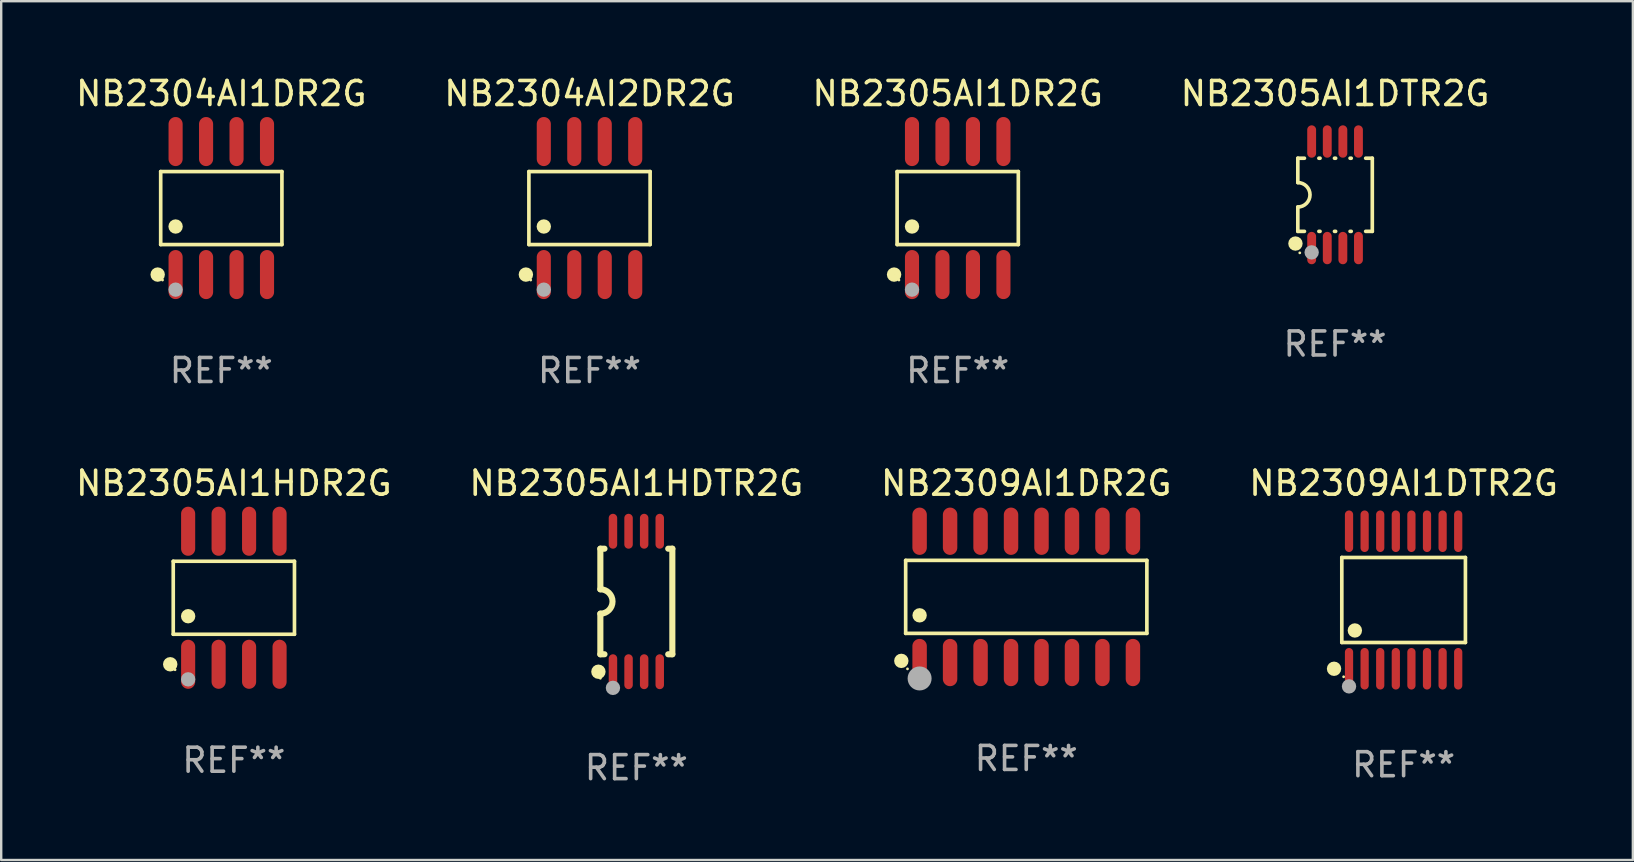
<source format=kicad_pcb>
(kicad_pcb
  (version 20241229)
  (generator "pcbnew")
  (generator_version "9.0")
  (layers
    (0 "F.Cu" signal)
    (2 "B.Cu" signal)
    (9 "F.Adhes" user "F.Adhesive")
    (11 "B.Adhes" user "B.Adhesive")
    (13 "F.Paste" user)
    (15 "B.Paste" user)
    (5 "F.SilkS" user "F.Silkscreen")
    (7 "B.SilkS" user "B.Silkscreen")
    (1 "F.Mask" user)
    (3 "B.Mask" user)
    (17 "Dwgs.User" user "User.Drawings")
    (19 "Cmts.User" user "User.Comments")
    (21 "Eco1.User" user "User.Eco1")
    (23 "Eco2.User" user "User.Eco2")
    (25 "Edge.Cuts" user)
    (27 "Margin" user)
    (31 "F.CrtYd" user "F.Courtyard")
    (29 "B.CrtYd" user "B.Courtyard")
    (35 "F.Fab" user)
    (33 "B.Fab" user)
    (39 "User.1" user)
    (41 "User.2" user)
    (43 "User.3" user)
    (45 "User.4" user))
  (footprint "NB2309AI1DR2G"
    (layer "F.Cu")
    (at 39.72 21.825)
    (property "Reference" "NB2309AI1DR2G" (at 0 -4.736 0) (layer "F.SilkS") (effects (font (size 1 1) (thickness 0.15))))
    (attr through_hole)
    (fp_line (start -5.026 -1.521) (end 5.026 -1.521) (stroke (width 0.152) (type solid)) (layer "F.SilkS"))
    (fp_line (start -5.026 1.521) (end -5.026 -1.521) (stroke (width 0.152) (type solid)) (layer "F.SilkS"))
    (fp_line (start 5.026 -1.521) (end 5.026 1.521) (stroke (width 0.152) (type solid)) (layer "F.SilkS"))
    (fp_line (start 5.026 1.521) (end -5.026 1.521) (stroke (width 0.152) (type solid)) (layer "F.SilkS"))
    (fp_circle (center -5.207 2.667) (end -5.057 2.667) (stroke (width 0.3) (type solid)) (fill no) (layer "F.SilkS"))
    (fp_circle (center -4.95 3) (end -4.92 3) (stroke (width 0.06) (type solid)) (fill no) (layer "F.SilkS"))
    (fp_circle (center -4.445 0.769) (end -4.295 0.769) (stroke (width 0.3) (type solid)) (fill no) (layer "F.SilkS"))
    (fp_circle (center -4.445 3.4) (end -4.195 3.4) (stroke (width 0.5) (type solid)) (fill no) (layer "F.Fab"))
    (fp_text user "REF**" (at 0 6.736 0) (layer "F.Fab") (effects (font (size 1 1) (thickness 0.15))))
    (pad "1" smd oval (at -4.445 2.736) (size 0.602 1.971) (layers "F.Cu" "F.Mask" "F.Paste"))
    (pad "2" smd oval (at -3.175 2.736) (size 0.602 1.971) (layers "F.Cu" "F.Mask" "F.Paste"))
    (pad "3" smd oval (at -1.905 2.736) (size 0.602 1.971) (layers "F.Cu" "F.Mask" "F.Paste"))
    (pad "4" smd oval (at -0.635 2.736) (size 0.602 1.971) (layers "F.Cu" "F.Mask" "F.Paste"))
    (pad "5" smd oval (at 0.635 2.736) (size 0.602 1.971) (layers "F.Cu" "F.Mask" "F.Paste"))
    (pad "6" smd oval (at 1.905 2.736) (size 0.602 1.971) (layers "F.Cu" "F.Mask" "F.Paste"))
    (pad "7" smd oval (at 3.175 2.736) (size 0.602 1.971) (layers "F.Cu" "F.Mask" "F.Paste"))
    (pad "8" smd oval (at 4.445 2.736) (size 0.602 1.971) (layers "F.Cu" "F.Mask" "F.Paste"))
    (pad "9" smd oval (at 4.445 -2.736) (size 0.602 1.971) (layers "F.Cu" "F.Mask" "F.Paste"))
    (pad "10" smd oval (at 3.175 -2.736) (size 0.602 1.971) (layers "F.Cu" "F.Mask" "F.Paste"))
    (pad "11" smd oval (at 1.905 -2.736) (size 0.602 1.971) (layers "F.Cu" "F.Mask" "F.Paste"))
    (pad "12" smd oval (at 0.635 -2.736) (size 0.602 1.971) (layers "F.Cu" "F.Mask" "F.Paste"))
    (pad "13" smd oval (at -0.635 -2.736) (size 0.602 1.971) (layers "F.Cu" "F.Mask" "F.Paste"))
    (pad "14" smd oval (at -1.905 -2.736) (size 0.602 1.971) (layers "F.Cu" "F.Mask" "F.Paste"))
    (pad "15" smd oval (at -3.175 -2.736) (size 0.602 1.971) (layers "F.Cu" "F.Mask" "F.Paste"))
    (pad "16" smd oval (at -4.445 -2.736) (size 0.602 1.971) (layers "F.Cu" "F.Mask" "F.Paste")))
  (footprint "NB2305AI1HDTR2G"
    (layer "F.Cu")
    (at 23.47 22.017)
    (property "Reference" "NB2305AI1HDTR2G" (at 0 -4.927 0) (layer "F.SilkS") (effects (font (size 1 1) (thickness 0.15))))
    (attr through_hole)
    (fp_line (start -1.5 -2.2) (end -1.5 -0.508) (stroke (width 0.254) (type solid)) (layer "F.SilkS"))
    (fp_line (start -1.5 -2.2) (end -1.328 -2.2) (stroke (width 0.254) (type solid)) (layer "F.SilkS"))
    (fp_line (start -1.5 2.2) (end -1.5 0.508) (stroke (width 0.254) (type solid)) (layer "F.SilkS"))
    (fp_line (start -1.5 2.2) (end -1.328 2.2) (stroke (width 0.254) (type solid)) (layer "F.SilkS"))
    (fp_line (start 1.328 -2.2) (end 1.5 -2.2) (stroke (width 0.254) (type solid)) (layer "F.SilkS"))
    (fp_line (start 1.328 2.2) (end 1.5 2.2) (stroke (width 0.254) (type solid)) (layer "F.SilkS"))
    (fp_line (start 1.5 -2.2) (end 1.5 2.2) (stroke (width 0.254) (type solid)) (layer "F.SilkS"))
    (fp_arc (start -1.501144 -0.508) (mid -0.993143 -0.000571) (end -1.5 0.508001) (stroke (width 0.254001) (type solid)) (layer "F.SilkS"))
    (fp_circle (center -1.581 2.927) (end -1.431 2.927) (stroke (width 0.3) (type solid)) (fill no) (layer "F.SilkS"))
    (fp_circle (center -1.5 3.2) (end -1.47 3.2) (stroke (width 0.06) (type solid)) (fill no) (layer "F.SilkS"))
    (fp_circle (center -0.975 3.6) (end -0.825 3.6) (stroke (width 0.3) (type solid)) (fill no) (layer "F.Fab"))
    (fp_text user "REF**" (at 0 6.927 0) (layer "F.Fab") (effects (font (size 1 1) (thickness 0.15))))
    (pad "1" smd oval (at -0.975 2.927) (size 0.353 1.454) (layers "F.Cu" "F.Mask" "F.Paste"))
    (pad "2" smd oval (at -0.325 2.927) (size 0.353 1.454) (layers "F.Cu" "F.Mask" "F.Paste"))
    (pad "3" smd oval (at 0.325 2.927) (size 0.353 1.454) (layers "F.Cu" "F.Mask" "F.Paste"))
    (pad "4" smd oval (at 0.975 2.927) (size 0.353 1.454) (layers "F.Cu" "F.Mask" "F.Paste"))
    (pad "5" smd oval (at 0.975 -2.927) (size 0.353 1.454) (layers "F.Cu" "F.Mask" "F.Paste"))
    (pad "6" smd oval (at 0.325 -2.927) (size 0.353 1.454) (layers "F.Cu" "F.Mask" "F.Paste"))
    (pad "7" smd oval (at -0.325 -2.927) (size 0.353 1.454) (layers "F.Cu" "F.Mask" "F.Paste"))
    (pad "8" smd oval (at -0.975 -2.927) (size 0.353 1.454) (layers "F.Cu" "F.Mask" "F.Paste")))
  (footprint "NB2305AI1DR2G"
    (layer "F.Cu")
    (at 36.863 5.621)
    (property "Reference" "NB2305AI1DR2G" (at 0 -4.772 0) (layer "F.SilkS") (effects (font (size 1 1) (thickness 0.15))))
    (attr through_hole)
    (fp_line (start -2.526 -1.521) (end 2.526 -1.521) (stroke (width 0.152) (type solid)) (layer "F.SilkS"))
    (fp_line (start -2.526 1.521) (end -2.526 -1.521) (stroke (width 0.152) (type solid)) (layer "F.SilkS"))
    (fp_line (start 2.526 -1.521) (end 2.526 1.521) (stroke (width 0.152) (type solid)) (layer "F.SilkS"))
    (fp_line (start 2.526 1.521) (end -2.526 1.521) (stroke (width 0.152) (type solid)) (layer "F.SilkS"))
    (fp_circle (center -2.652 2.772) (end -2.501 2.772) (stroke (width 0.3) (type solid)) (fill no) (layer "F.SilkS"))
    (fp_circle (center -2.45 3) (end -2.42 3) (stroke (width 0.06) (type solid)) (fill no) (layer "F.SilkS"))
    (fp_circle (center -1.905 0.769) (end -1.755 0.769) (stroke (width 0.3) (type solid)) (fill no) (layer "F.SilkS"))
    (fp_circle (center -1.905 3.4) (end -1.755 3.4) (stroke (width 0.3) (type solid)) (fill no) (layer "F.Fab"))
    (fp_text user "REF**" (at 0 6.772 0) (layer "F.Fab") (effects (font (size 1 1) (thickness 0.15))))
    (pad "1" smd oval (at -1.905 2.772) (size 0.588 2.045) (layers "F.Cu" "F.Mask" "F.Paste"))
    (pad "2" smd oval (at -0.635 2.772) (size 0.588 2.045) (layers "F.Cu" "F.Mask" "F.Paste"))
    (pad "3" smd oval (at 0.635 2.772) (size 0.588 2.045) (layers "F.Cu" "F.Mask" "F.Paste"))
    (pad "4" smd oval (at 1.905 2.772) (size 0.588 2.045) (layers "F.Cu" "F.Mask" "F.Paste"))
    (pad "5" smd oval (at 1.905 -2.772) (size 0.588 2.045) (layers "F.Cu" "F.Mask" "F.Paste"))
    (pad "6" smd oval (at 0.635 -2.772) (size 0.588 2.045) (layers "F.Cu" "F.Mask" "F.Paste"))
    (pad "7" smd oval (at -0.635 -2.772) (size 0.588 2.045) (layers "F.Cu" "F.Mask" "F.Paste"))
    (pad "8" smd oval (at -1.905 -2.772) (size 0.588 2.045) (layers "F.Cu" "F.Mask" "F.Paste")))
  (footprint "NB2309AI1DTR2G"
    (layer "F.Cu")
    (at 55.446 21.955)
    (property "Reference" "NB2309AI1DTR2G" (at 0 -4.866 0) (layer "F.SilkS") (effects (font (size 1 1) (thickness 0.15))))
    (attr through_hole)
    (fp_line (start -2.576 -1.772) (end 2.576 -1.772) (stroke (width 0.152) (type solid)) (layer "F.SilkS"))
    (fp_line (start -2.576 1.771) (end -2.576 -1.772) (stroke (width 0.152) (type solid)) (layer "F.SilkS"))
    (fp_line (start 2.576 -1.772) (end 2.576 1.771) (stroke (width 0.152) (type solid)) (layer "F.SilkS"))
    (fp_line (start 2.576 1.771) (end -2.576 1.771) (stroke (width 0.152) (type solid)) (layer "F.SilkS"))
    (fp_circle (center -2.899 2.866) (end -2.749 2.866) (stroke (width 0.3) (type solid)) (fill no) (layer "F.SilkS"))
    (fp_circle (center -2.5 3.2) (end -2.47 3.2) (stroke (width 0.06) (type solid)) (fill no) (layer "F.SilkS"))
    (fp_circle (center -2.032 1.27) (end -1.882 1.27) (stroke (width 0.3) (type solid)) (fill no) (layer "F.SilkS"))
    (fp_circle (center -2.275 3.6) (end -2.125 3.6) (stroke (width 0.3) (type solid)) (fill no) (layer "F.Fab"))
    (fp_text user "REF**" (at 0 6.866 0) (layer "F.Fab") (effects (font (size 1 1) (thickness 0.15))))
    (pad "1" smd oval (at -2.275 2.866) (size 0.343 1.731) (layers "F.Cu" "F.Mask" "F.Paste"))
    (pad "2" smd oval (at -1.625 2.866) (size 0.343 1.731) (layers "F.Cu" "F.Mask" "F.Paste"))
    (pad "3" smd oval (at -0.975 2.866) (size 0.343 1.731) (layers "F.Cu" "F.Mask" "F.Paste"))
    (pad "4" smd oval (at -0.325 2.866) (size 0.343 1.731) (layers "F.Cu" "F.Mask" "F.Paste"))
    (pad "5" smd oval (at 0.325 2.866) (size 0.343 1.731) (layers "F.Cu" "F.Mask" "F.Paste"))
    (pad "6" smd oval (at 0.975 2.866) (size 0.343 1.731) (layers "F.Cu" "F.Mask" "F.Paste"))
    (pad "7" smd oval (at 1.625 2.866) (size 0.343 1.731) (layers "F.Cu" "F.Mask" "F.Paste"))
    (pad "8" smd oval (at 2.275 2.866) (size 0.343 1.731) (layers "F.Cu" "F.Mask" "F.Paste"))
    (pad "9" smd oval (at 2.275 -2.866) (size 0.343 1.731) (layers "F.Cu" "F.Mask" "F.Paste"))
    (pad "10" smd oval (at 1.625 -2.866) (size 0.343 1.731) (layers "F.Cu" "F.Mask" "F.Paste"))
    (pad "11" smd oval (at 0.975 -2.866) (size 0.343 1.731) (layers "F.Cu" "F.Mask" "F.Paste"))
    (pad "12" smd oval (at 0.325 -2.866) (size 0.343 1.731) (layers "F.Cu" "F.Mask" "F.Paste"))
    (pad "13" smd oval (at -0.325 -2.866) (size 0.343 1.731) (layers "F.Cu" "F.Mask" "F.Paste"))
    (pad "14" smd oval (at -0.975 -2.866) (size 0.343 1.731) (layers "F.Cu" "F.Mask" "F.Paste"))
    (pad "15" smd oval (at -1.625 -2.866) (size 0.343 1.731) (layers "F.Cu" "F.Mask" "F.Paste"))
    (pad "16" smd oval (at -2.275 -2.866) (size 0.343 1.731) (layers "F.Cu" "F.Mask" "F.Paste")))
  (footprint "NB2305AI1DTR2G"
    (layer "F.Cu")
    (at 52.589 5.068)
    (property "Reference" "NB2305AI1DTR2G" (at 0 -4.22 0) (layer "F.SilkS") (effects (font (size 1 1) (thickness 0.15))))
    (attr through_hole)
    (fp_line (start -1.552 -1.524) (end -1.276 -1.524) (stroke (width 0.152) (type solid)) (layer "F.SilkS"))
    (fp_line (start -1.552 -0.508) (end -1.552 -1.524) (stroke (width 0.152) (type solid)) (layer "F.SilkS"))
    (fp_line (start -1.552 1.524) (end -1.552 0.508) (stroke (width 0.152) (type solid)) (layer "F.SilkS"))
    (fp_line (start -1.552 1.524) (end -1.276 1.524) (stroke (width 0.152) (type solid)) (layer "F.SilkS"))
    (fp_line (start -0.674 -1.524) (end -0.626 -1.524) (stroke (width 0.152) (type solid)) (layer "F.SilkS"))
    (fp_line (start -0.674 1.524) (end -0.626 1.524) (stroke (width 0.152) (type solid)) (layer "F.SilkS"))
    (fp_line (start -0.024 -1.524) (end 0.024 -1.524) (stroke (width 0.152) (type solid)) (layer "F.SilkS"))
    (fp_line (start -0.024 1.524) (end 0.024 1.524) (stroke (width 0.152) (type solid)) (layer "F.SilkS"))
    (fp_line (start 0.626 -1.524) (end 0.674 -1.524) (stroke (width 0.152) (type solid)) (layer "F.SilkS"))
    (fp_line (start 0.626 1.524) (end 0.674 1.524) (stroke (width 0.152) (type solid)) (layer "F.SilkS"))
    (fp_line (start 1.276 1.524) (end 1.552 1.524) (stroke (width 0.152) (type solid)) (layer "F.SilkS"))
    (fp_line (start 1.276 -1.524) (end 1.552 -1.524) (stroke (width 0.152) (type solid)) (layer "F.SilkS"))
    (fp_line (start 1.552 -1.524) (end 1.552 1.524) (stroke (width 0.152) (type solid)) (layer "F.SilkS"))
    (fp_arc (start -1.551943 -0.508001) (mid -1.043942 0) (end -1.551943 0.508001) (stroke (width 0.151994) (type solid)) (layer "F.SilkS"))
    (fp_circle (center -1.651 2.032) (end -1.501 2.032) (stroke (width 0.3) (type solid)) (fill no) (layer "F.SilkS"))
    (fp_circle (center -1.47 2.42) (end -1.44 2.42) (stroke (width 0.06) (type solid)) (fill no) (layer "F.SilkS"))
    (fp_circle (center -0.975 2.4) (end -0.825 2.4) (stroke (width 0.3) (type solid)) (fill no) (layer "F.Fab"))
    (fp_text user "REF**" (at 0 6.22 0) (layer "F.Fab") (effects (font (size 1 1) (thickness 0.15))))
    (pad "1" smd oval (at -0.975 2.22) (size 0.37 1.35) (layers "F.Cu" "F.Mask" "F.Paste"))
    (pad "2" smd oval (at -0.325 2.22) (size 0.37 1.35) (layers "F.Cu" "F.Mask" "F.Paste"))
    (pad "3" smd oval (at 0.325 2.22) (size 0.37 1.35) (layers "F.Cu" "F.Mask" "F.Paste"))
    (pad "4" smd oval (at 0.975 2.22) (size 0.37 1.35) (layers "F.Cu" "F.Mask" "F.Paste"))
    (pad "5" smd oval (at 0.975 -2.22) (size 0.37 1.35) (layers "F.Cu" "F.Mask" "F.Paste"))
    (pad "6" smd oval (at 0.325 -2.22) (size 0.37 1.35) (layers "F.Cu" "F.Mask" "F.Paste"))
    (pad "7" smd oval (at -0.325 -2.22) (size 0.37 1.35) (layers "F.Cu" "F.Mask" "F.Paste"))
    (pad "8" smd oval (at -0.975 -2.22) (size 0.37 1.35) (layers "F.Cu" "F.Mask" "F.Paste")))
  (footprint "NB2305AI1HDR2G"
    (layer "F.Cu")
    (at 6.696 21.862)
    (property "Reference" "NB2305AI1HDR2G" (at 0 -4.772 0) (layer "F.SilkS") (effects (font (size 1 1) (thickness 0.15))))
    (attr through_hole)
    (fp_line (start -2.526 -1.521) (end 2.526 -1.521) (stroke (width 0.152) (type solid)) (layer "F.SilkS"))
    (fp_line (start -2.526 1.521) (end -2.526 -1.521) (stroke (width 0.152) (type solid)) (layer "F.SilkS"))
    (fp_line (start 2.526 -1.521) (end 2.526 1.521) (stroke (width 0.152) (type solid)) (layer "F.SilkS"))
    (fp_line (start 2.526 1.521) (end -2.526 1.521) (stroke (width 0.152) (type solid)) (layer "F.SilkS"))
    (fp_circle (center -2.652 2.772) (end -2.501 2.772) (stroke (width 0.3) (type solid)) (fill no) (layer "F.SilkS"))
    (fp_circle (center -2.45 3) (end -2.42 3) (stroke (width 0.06) (type solid)) (fill no) (layer "F.SilkS"))
    (fp_circle (center -1.905 0.769) (end -1.755 0.769) (stroke (width 0.3) (type solid)) (fill no) (layer "F.SilkS"))
    (fp_circle (center -1.905 3.4) (end -1.755 3.4) (stroke (width 0.3) (type solid)) (fill no) (layer "F.Fab"))
    (fp_text user "REF**" (at 0 6.772 0) (layer "F.Fab") (effects (font (size 1 1) (thickness 0.15))))
    (pad "1" smd oval (at -1.905 2.772) (size 0.588 2.045) (layers "F.Cu" "F.Mask" "F.Paste"))
    (pad "2" smd oval (at -0.635 2.772) (size 0.588 2.045) (layers "F.Cu" "F.Mask" "F.Paste"))
    (pad "3" smd oval (at 0.635 2.772) (size 0.588 2.045) (layers "F.Cu" "F.Mask" "F.Paste"))
    (pad "4" smd oval (at 1.905 2.772) (size 0.588 2.045) (layers "F.Cu" "F.Mask" "F.Paste"))
    (pad "5" smd oval (at 1.905 -2.772) (size 0.588 2.045) (layers "F.Cu" "F.Mask" "F.Paste"))
    (pad "6" smd oval (at 0.635 -2.772) (size 0.588 2.045) (layers "F.Cu" "F.Mask" "F.Paste"))
    (pad "7" smd oval (at -0.635 -2.772) (size 0.588 2.045) (layers "F.Cu" "F.Mask" "F.Paste"))
    (pad "8" smd oval (at -1.905 -2.772) (size 0.588 2.045) (layers "F.Cu" "F.Mask" "F.Paste")))
  (footprint "NB2304AI2DR2G"
    (layer "F.Cu")
    (at 21.518 5.621)
    (property "Reference" "NB2304AI2DR2G" (at 0 -4.772 0) (layer "F.SilkS") (effects (font (size 1 1) (thickness 0.15))))
    (attr through_hole)
    (fp_line (start -2.526 -1.521) (end 2.526 -1.521) (stroke (width 0.152) (type solid)) (layer "F.SilkS"))
    (fp_line (start -2.526 1.521) (end -2.526 -1.521) (stroke (width 0.152) (type solid)) (layer "F.SilkS"))
    (fp_line (start 2.526 -1.521) (end 2.526 1.521) (stroke (width 0.152) (type solid)) (layer "F.SilkS"))
    (fp_line (start 2.526 1.521) (end -2.526 1.521) (stroke (width 0.152) (type solid)) (layer "F.SilkS"))
    (fp_circle (center -2.652 2.772) (end -2.501 2.772) (stroke (width 0.3) (type solid)) (fill no) (layer "F.SilkS"))
    (fp_circle (center -2.45 3) (end -2.42 3) (stroke (width 0.06) (type solid)) (fill no) (layer "F.SilkS"))
    (fp_circle (center -1.905 0.769) (end -1.755 0.769) (stroke (width 0.3) (type solid)) (fill no) (layer "F.SilkS"))
    (fp_circle (center -1.905 3.4) (end -1.755 3.4) (stroke (width 0.3) (type solid)) (fill no) (layer "F.Fab"))
    (fp_text user "REF**" (at 0 6.772 0) (layer "F.Fab") (effects (font (size 1 1) (thickness 0.15))))
    (pad "1" smd oval (at -1.905 2.772) (size 0.588 2.045) (layers "F.Cu" "F.Mask" "F.Paste"))
    (pad "2" smd oval (at -0.635 2.772) (size 0.588 2.045) (layers "F.Cu" "F.Mask" "F.Paste"))
    (pad "3" smd oval (at 0.635 2.772) (size 0.588 2.045) (layers "F.Cu" "F.Mask" "F.Paste"))
    (pad "4" smd oval (at 1.905 2.772) (size 0.588 2.045) (layers "F.Cu" "F.Mask" "F.Paste"))
    (pad "5" smd oval (at 1.905 -2.772) (size 0.588 2.045) (layers "F.Cu" "F.Mask" "F.Paste"))
    (pad "6" smd oval (at 0.635 -2.772) (size 0.588 2.045) (layers "F.Cu" "F.Mask" "F.Paste"))
    (pad "7" smd oval (at -0.635 -2.772) (size 0.588 2.045) (layers "F.Cu" "F.Mask" "F.Paste"))
    (pad "8" smd oval (at -1.905 -2.772) (size 0.588 2.045) (layers "F.Cu" "F.Mask" "F.Paste")))
  (footprint "NB2304AI1DR2G"
    (layer "F.Cu")
    (at 6.173 5.621)
    (property "Reference" "NB2304AI1DR2G" (at 0 -4.772 0) (layer "F.SilkS") (effects (font (size 1 1) (thickness 0.15))))
    (attr through_hole)
    (fp_line (start -2.526 -1.521) (end 2.526 -1.521) (stroke (width 0.152) (type solid)) (layer "F.SilkS"))
    (fp_line (start -2.526 1.521) (end -2.526 -1.521) (stroke (width 0.152) (type solid)) (layer "F.SilkS"))
    (fp_line (start 2.526 -1.521) (end 2.526 1.521) (stroke (width 0.152) (type solid)) (layer "F.SilkS"))
    (fp_line (start 2.526 1.521) (end -2.526 1.521) (stroke (width 0.152) (type solid)) (layer "F.SilkS"))
    (fp_circle (center -2.652 2.772) (end -2.501 2.772) (stroke (width 0.3) (type solid)) (fill no) (layer "F.SilkS"))
    (fp_circle (center -2.45 3) (end -2.42 3) (stroke (width 0.06) (type solid)) (fill no) (layer "F.SilkS"))
    (fp_circle (center -1.905 0.769) (end -1.755 0.769) (stroke (width 0.3) (type solid)) (fill no) (layer "F.SilkS"))
    (fp_circle (center -1.905 3.4) (end -1.755 3.4) (stroke (width 0.3) (type solid)) (fill no) (layer "F.Fab"))
    (fp_text user "REF**" (at 0 6.772 0) (layer "F.Fab") (effects (font (size 1 1) (thickness 0.15))))
    (pad "1" smd oval (at -1.905 2.772) (size 0.588 2.045) (layers "F.Cu" "F.Mask" "F.Paste"))
    (pad "2" smd oval (at -0.635 2.772) (size 0.588 2.045) (layers "F.Cu" "F.Mask" "F.Paste"))
    (pad "3" smd oval (at 0.635 2.772) (size 0.588 2.045) (layers "F.Cu" "F.Mask" "F.Paste"))
    (pad "4" smd oval (at 1.905 2.772) (size 0.588 2.045) (layers "F.Cu" "F.Mask" "F.Paste"))
    (pad "5" smd oval (at 1.905 -2.772) (size 0.588 2.045) (layers "F.Cu" "F.Mask" "F.Paste"))
    (pad "6" smd oval (at 0.635 -2.772) (size 0.588 2.045) (layers "F.Cu" "F.Mask" "F.Paste"))
    (pad "7" smd oval (at -0.635 -2.772) (size 0.588 2.045) (layers "F.Cu" "F.Mask" "F.Paste"))
    (pad "8" smd oval (at -1.905 -2.772) (size 0.588 2.045) (layers "F.Cu" "F.Mask" "F.Paste")))
  (gr_rect
    (start -3 -3)
    (end 65 32.792)
    (stroke (width 0.1) (type default))
    (fill no)
    (layer "Edge.Cuts")))
</source>
